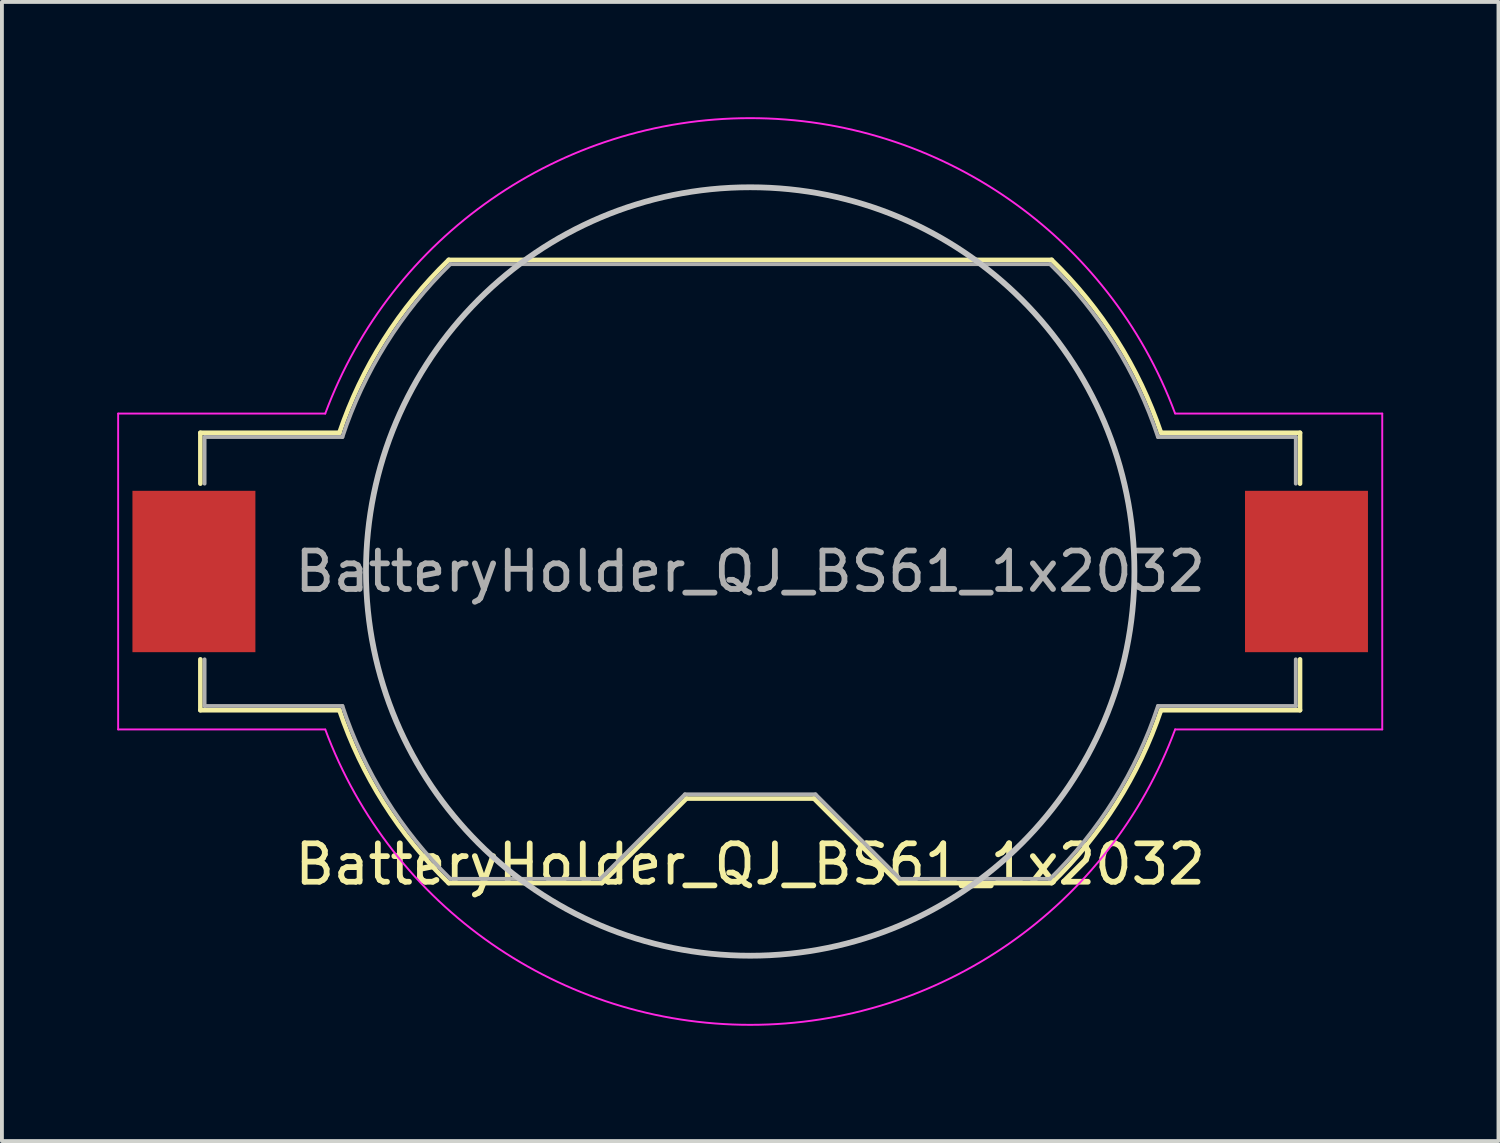
<source format=kicad_pcb>
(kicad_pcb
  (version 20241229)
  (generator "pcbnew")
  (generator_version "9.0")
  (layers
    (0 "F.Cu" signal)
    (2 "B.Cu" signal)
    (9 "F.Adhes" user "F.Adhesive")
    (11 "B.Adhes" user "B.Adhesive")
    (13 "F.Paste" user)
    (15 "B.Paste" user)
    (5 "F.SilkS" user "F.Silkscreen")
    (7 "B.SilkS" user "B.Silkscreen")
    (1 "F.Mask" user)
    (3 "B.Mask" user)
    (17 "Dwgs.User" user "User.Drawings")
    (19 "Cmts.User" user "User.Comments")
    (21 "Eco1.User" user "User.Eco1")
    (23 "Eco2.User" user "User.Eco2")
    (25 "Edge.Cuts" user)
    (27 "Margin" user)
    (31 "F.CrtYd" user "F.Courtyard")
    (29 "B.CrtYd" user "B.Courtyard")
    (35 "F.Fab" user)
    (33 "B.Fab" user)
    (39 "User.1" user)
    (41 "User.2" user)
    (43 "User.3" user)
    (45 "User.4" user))
  (footprint "BatteryHolder_QJ_BS61_1x2032"
    (layer "F.Cu")
    (at 16.475 11.824)
    (property "Reference" "BatteryHolder_QJ_BS61_1x2032" (at 0 7.62 0) (layer "F.SilkS") (effects (font (size 1 1) (thickness 0.15))))
    (attr smd)
    (fp_line (start -14.31 -3.61) (end -10.692 -3.61) (stroke (width 0.12) (type solid)) (layer "F.SilkS"))
    (fp_line (start -14.31 -2.286) (end -14.31 -3.61) (stroke (width 0.12) (type solid)) (layer "F.SilkS"))
    (fp_line (start -14.31 2.286) (end -14.31 3.61) (stroke (width 0.12) (type solid)) (layer "F.SilkS"))
    (fp_line (start -10.692 3.61) (end -14.31 3.61) (stroke (width 0.12) (type solid)) (layer "F.SilkS"))
    (fp_line (start -7.847 -8.11) (end 7.847 -8.11) (stroke (width 0.12) (type solid)) (layer "F.SilkS"))
    (fp_line (start -3.86 8.11) (end -7.847 8.11) (stroke (width 0.12) (type solid)) (layer "F.SilkS"))
    (fp_line (start -1.66 5.91) (end -3.86 8.11) (stroke (width 0.12) (type solid)) (layer "F.SilkS"))
    (fp_line (start 1.66 5.91) (end -1.66 5.91) (stroke (width 0.12) (type solid)) (layer "F.SilkS"))
    (fp_line (start 1.66 5.91) (end 3.86 8.11) (stroke (width 0.12) (type solid)) (layer "F.SilkS"))
    (fp_line (start 7.847 8.11) (end 3.86 8.11) (stroke (width 0.12) (type solid)) (layer "F.SilkS"))
    (fp_line (start 10.692 -3.61) (end 14.31 -3.61) (stroke (width 0.12) (type solid)) (layer "F.SilkS"))
    (fp_line (start 14.31 -2.286) (end 14.31 -3.61) (stroke (width 0.12) (type solid)) (layer "F.SilkS"))
    (fp_line (start 14.31 2.286) (end 14.31 3.61) (stroke (width 0.12) (type solid)) (layer "F.SilkS"))
    (fp_line (start 14.31 3.61) (end 10.692 3.61) (stroke (width 0.12) (type solid)) (layer "F.SilkS"))
    (fp_arc (start -10.692 -3.61) (mid -9.538084 -6.031244) (end -7.845371 -8.111789) (stroke (width 0.12) (type solid)) (layer "F.SilkS"))
    (fp_arc (start -7.845371 8.111789) (mid -9.538085 6.031244) (end -10.692 3.61) (stroke (width 0.12) (type solid)) (layer "F.SilkS"))
    (fp_arc (start 7.845371 -8.111789) (mid 9.538085 -6.031244) (end 10.692 -3.61) (stroke (width 0.12) (type solid)) (layer "F.SilkS"))
    (fp_arc (start 10.692 3.61) (mid 9.538084 6.031244) (end 7.845371 8.111789) (stroke (width 0.12) (type solid)) (layer "F.SilkS"))
    (fp_circle (center 0 0) (end 10 0) (stroke (width 0.15) (type solid)) (fill no) (layer "Dwgs.User"))
    (fp_line (start -16.45 -4.11) (end -16.45 4.11) (stroke (width 0.05) (type solid)) (layer "F.CrtYd"))
    (fp_line (start -16.45 -4.11) (end -11.06 -4.11) (stroke (width 0.05) (type solid)) (layer "F.CrtYd"))
    (fp_line (start -16.45 4.11) (end -11.06 4.11) (stroke (width 0.05) (type solid)) (layer "F.CrtYd"))
    (fp_line (start 11.06 4.11) (end 16.45 4.11) (stroke (width 0.05) (type solid)) (layer "F.CrtYd"))
    (fp_line (start 16.45 -4.11) (end 11.06 -4.11) (stroke (width 0.05) (type solid)) (layer "F.CrtYd"))
    (fp_line (start 16.45 4.11) (end 16.45 -4.11) (stroke (width 0.05) (type solid)) (layer "F.CrtYd"))
    (fp_arc (start -11.06 -4.11) (mid -0.002978 -11.79897) (end 11.057924 -4.115582) (stroke (width 0.05) (type solid)) (layer "F.CrtYd"))
    (fp_arc (start 11.06 4.11) (mid 0.002978 11.79897) (end -11.057924 4.115582) (stroke (width 0.05) (type solid)) (layer "F.CrtYd"))
    (fp_line (start -14.2 -3.5) (end -14.2 -2.286) (stroke (width 0.1) (type solid)) (layer "F.Fab"))
    (fp_line (start -14.2 -3.5) (end -10.613 -3.5) (stroke (width 0.1) (type solid)) (layer "F.Fab"))
    (fp_line (start -14.2 2.286) (end -14.2 3.5) (stroke (width 0.1) (type solid)) (layer "F.Fab"))
    (fp_line (start -14.2 3.5) (end -10.613 3.5) (stroke (width 0.1) (type solid)) (layer "F.Fab"))
    (fp_line (start -7.803 -8) (end 7.803 -8) (stroke (width 0.1) (type solid)) (layer "F.Fab"))
    (fp_line (start -3.9 8) (end -7.803 8) (stroke (width 0.1) (type solid)) (layer "F.Fab"))
    (fp_line (start -1.7 5.8) (end -3.9 8) (stroke (width 0.1) (type solid)) (layer "F.Fab"))
    (fp_line (start -1.7 5.8) (end 1.7 5.8) (stroke (width 0.1) (type solid)) (layer "F.Fab"))
    (fp_line (start 1.7 5.8) (end 3.9 8) (stroke (width 0.1) (type solid)) (layer "F.Fab"))
    (fp_line (start 3.9 8) (end 7.803 8) (stroke (width 0.1) (type solid)) (layer "F.Fab"))
    (fp_line (start 10.613 -3.5) (end 14.2 -3.5) (stroke (width 0.1) (type solid)) (layer "F.Fab"))
    (fp_line (start 14.2 -3.5) (end 14.2 -2.286) (stroke (width 0.1) (type solid)) (layer "F.Fab"))
    (fp_line (start 14.2 2.286) (end 14.2 3.5) (stroke (width 0.1) (type solid)) (layer "F.Fab"))
    (fp_line (start 14.2 3.5) (end 10.613 3.5) (stroke (width 0.1) (type solid)) (layer "F.Fab"))
    (fp_arc (start -10.61275 -3.5) (mid -9.478596 -5.919179) (end -7.802602 -7.999992) (stroke (width 0.1) (type solid)) (layer "F.Fab"))
    (fp_arc (start -7.802602 7.999992) (mid -9.478596 5.91918) (end -10.61275 3.5) (stroke (width 0.1) (type solid)) (layer "F.Fab"))
    (fp_arc (start 7.802602 -7.999992) (mid 9.478596 -5.91918) (end 10.61275 -3.5) (stroke (width 0.1) (type solid)) (layer "F.Fab"))
    (fp_arc (start 10.61275 3.5) (mid 9.478596 5.919179) (end 7.802602 7.999992) (stroke (width 0.1) (type solid)) (layer "F.Fab"))
    (fp_text user "${REFERENCE}" (at 0 0 0) (layer "F.Fab") (effects (font (size 1 1) (thickness 0.15))))
    (pad "1" smd rect (at -14.478 0) (size 3.2 4.2) (layers "F.Cu" "F.Mask" "F.Paste"))
    (pad "2" smd rect (at 14.478 0) (size 3.2 4.2) (layers "F.Cu" "F.Mask" "F.Paste")))
  (gr_rect
    (start -3 -3)
    (end 35.95 26.648)
    (stroke (width 0.1) (type default))
    (fill no)
    (layer "Edge.Cuts")))
</source>
